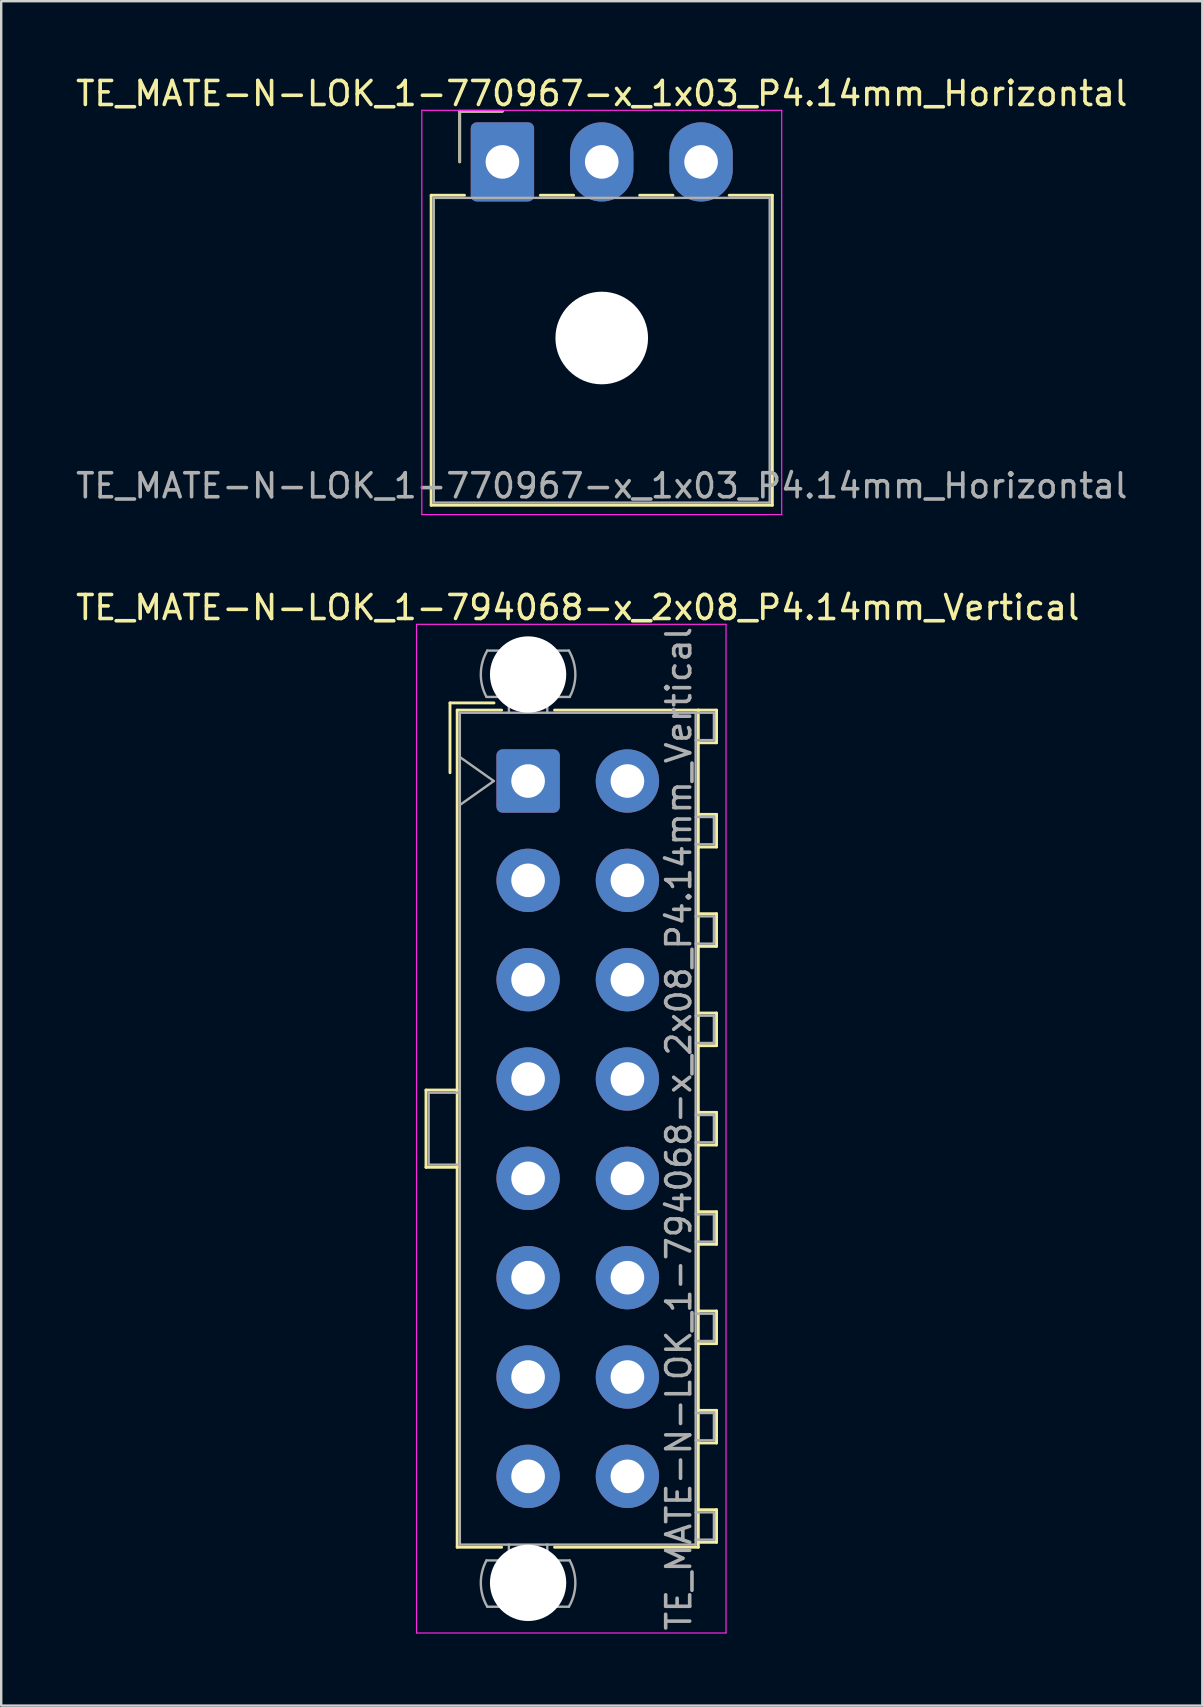
<source format=kicad_pcb>
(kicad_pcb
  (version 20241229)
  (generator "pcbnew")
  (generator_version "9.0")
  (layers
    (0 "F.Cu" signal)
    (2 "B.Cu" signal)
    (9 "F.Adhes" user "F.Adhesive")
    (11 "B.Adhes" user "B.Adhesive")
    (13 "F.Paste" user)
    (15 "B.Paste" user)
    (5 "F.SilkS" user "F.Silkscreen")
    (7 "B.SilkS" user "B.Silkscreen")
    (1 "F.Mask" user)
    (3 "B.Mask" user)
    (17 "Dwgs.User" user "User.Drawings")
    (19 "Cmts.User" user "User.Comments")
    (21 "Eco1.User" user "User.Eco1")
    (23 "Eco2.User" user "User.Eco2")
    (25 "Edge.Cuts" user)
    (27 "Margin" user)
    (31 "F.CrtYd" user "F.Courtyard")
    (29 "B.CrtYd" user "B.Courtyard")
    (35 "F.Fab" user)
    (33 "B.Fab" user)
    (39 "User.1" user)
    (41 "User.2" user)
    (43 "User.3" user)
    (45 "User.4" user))
  (footprint "TE_MATE-N-LOK_1-794068-x_2x08_P4.14mm_Vertical"
    (layer "F.Cu")
    (at 18.96 29.502)
    (property "Reference" "TE_MATE-N-LOK_1-794068-x_2x08_P4.14mm_Vertical" (at 2.07 -7.23 0) (layer "F.SilkS") (effects (font (size 1 1) (thickness 0.15))))
    (attr through_hole)
    (fp_line (start -4.255 12.88) (end -4.255 16.1) (stroke (width 0.12) (type solid)) (layer "F.SilkS"))
    (fp_line (start -4.255 16.1) (end -2.955 16.1) (stroke (width 0.12) (type solid)) (layer "F.SilkS"))
    (fp_line (start -3.255 -3.255) (end -3.255 -0.345) (stroke (width 0.12) (type solid)) (layer "F.SilkS"))
    (fp_line (start -2.955 -2.955) (end -2.955 31.935) (stroke (width 0.12) (type solid)) (layer "F.SilkS"))
    (fp_line (start -2.955 12.88) (end -4.255 12.88) (stroke (width 0.12) (type solid)) (layer "F.SilkS"))
    (fp_line (start -2.955 31.935) (end -1.103 31.935) (stroke (width 0.12) (type solid)) (layer "F.SilkS"))
    (fp_line (start -1.421 -3.255) (end -3.255 -3.255) (stroke (width 0.12) (type solid)) (layer "F.SilkS"))
    (fp_line (start -1.103 -2.955) (end -2.955 -2.955) (stroke (width 0.12) (type solid)) (layer "F.SilkS"))
    (fp_line (start 1.103 -2.955) (end 7.095 -2.955) (stroke (width 0.12) (type solid)) (layer "F.SilkS"))
    (fp_line (start 7.095 -2.955) (end 7.095 31.935) (stroke (width 0.12) (type solid)) (layer "F.SilkS"))
    (fp_line (start 7.095 -2.955) (end 7.855 -2.955) (stroke (width 0.12) (type solid)) (layer "F.SilkS"))
    (fp_line (start 7.095 1.39) (end 7.855 1.39) (stroke (width 0.12) (type solid)) (layer "F.SilkS"))
    (fp_line (start 7.095 5.53) (end 7.855 5.53) (stroke (width 0.12) (type solid)) (layer "F.SilkS"))
    (fp_line (start 7.095 9.67) (end 7.855 9.67) (stroke (width 0.12) (type solid)) (layer "F.SilkS"))
    (fp_line (start 7.095 13.81) (end 7.855 13.81) (stroke (width 0.12) (type solid)) (layer "F.SilkS"))
    (fp_line (start 7.095 17.95) (end 7.855 17.95) (stroke (width 0.12) (type solid)) (layer "F.SilkS"))
    (fp_line (start 7.095 22.09) (end 7.855 22.09) (stroke (width 0.12) (type solid)) (layer "F.SilkS"))
    (fp_line (start 7.095 26.23) (end 7.855 26.23) (stroke (width 0.12) (type solid)) (layer "F.SilkS"))
    (fp_line (start 7.095 30.37) (end 7.855 30.37) (stroke (width 0.12) (type solid)) (layer "F.SilkS"))
    (fp_line (start 7.095 31.935) (end 1.103 31.935) (stroke (width 0.12) (type solid)) (layer "F.SilkS"))
    (fp_line (start 7.855 -2.955) (end 7.855 -1.595) (stroke (width 0.12) (type solid)) (layer "F.SilkS"))
    (fp_line (start 7.855 -1.595) (end 7.095 -1.595) (stroke (width 0.12) (type solid)) (layer "F.SilkS"))
    (fp_line (start 7.855 1.39) (end 7.855 2.75) (stroke (width 0.12) (type solid)) (layer "F.SilkS"))
    (fp_line (start 7.855 2.75) (end 7.095 2.75) (stroke (width 0.12) (type solid)) (layer "F.SilkS"))
    (fp_line (start 7.855 5.53) (end 7.855 6.89) (stroke (width 0.12) (type solid)) (layer "F.SilkS"))
    (fp_line (start 7.855 6.89) (end 7.095 6.89) (stroke (width 0.12) (type solid)) (layer "F.SilkS"))
    (fp_line (start 7.855 9.67) (end 7.855 11.03) (stroke (width 0.12) (type solid)) (layer "F.SilkS"))
    (fp_line (start 7.855 11.03) (end 7.095 11.03) (stroke (width 0.12) (type solid)) (layer "F.SilkS"))
    (fp_line (start 7.855 13.81) (end 7.855 15.17) (stroke (width 0.12) (type solid)) (layer "F.SilkS"))
    (fp_line (start 7.855 15.17) (end 7.095 15.17) (stroke (width 0.12) (type solid)) (layer "F.SilkS"))
    (fp_line (start 7.855 17.95) (end 7.855 19.31) (stroke (width 0.12) (type solid)) (layer "F.SilkS"))
    (fp_line (start 7.855 19.31) (end 7.095 19.31) (stroke (width 0.12) (type solid)) (layer "F.SilkS"))
    (fp_line (start 7.855 22.09) (end 7.855 23.45) (stroke (width 0.12) (type solid)) (layer "F.SilkS"))
    (fp_line (start 7.855 23.45) (end 7.095 23.45) (stroke (width 0.12) (type solid)) (layer "F.SilkS"))
    (fp_line (start 7.855 26.23) (end 7.855 27.59) (stroke (width 0.12) (type solid)) (layer "F.SilkS"))
    (fp_line (start 7.855 27.59) (end 7.095 27.59) (stroke (width 0.12) (type solid)) (layer "F.SilkS"))
    (fp_line (start 7.855 30.37) (end 7.855 31.73) (stroke (width 0.12) (type solid)) (layer "F.SilkS"))
    (fp_line (start 7.855 31.73) (end 7.095 31.73) (stroke (width 0.12) (type solid)) (layer "F.SilkS"))
    (fp_line (start -4.65 -6.53) (end -4.65 35.51) (stroke (width 0.05) (type solid)) (layer "F.CrtYd"))
    (fp_line (start -4.65 35.51) (end 8.25 35.51) (stroke (width 0.05) (type solid)) (layer "F.CrtYd"))
    (fp_line (start 8.25 -6.53) (end -4.65 -6.53) (stroke (width 0.05) (type solid)) (layer "F.CrtYd"))
    (fp_line (start 8.25 35.51) (end 8.25 -6.53) (stroke (width 0.05) (type solid)) (layer "F.CrtYd"))
    (fp_line (start -4.145 12.99) (end -4.145 15.99) (stroke (width 0.1) (type solid)) (layer "F.Fab"))
    (fp_line (start -4.145 15.99) (end -2.845 15.99) (stroke (width 0.1) (type solid)) (layer "F.Fab"))
    (fp_line (start -2.845 -2.845) (end -2.845 31.825) (stroke (width 0.1) (type solid)) (layer "F.Fab"))
    (fp_line (start -2.845 -1) (end -1.431 0) (stroke (width 0.1) (type solid)) (layer "F.Fab"))
    (fp_line (start -2.845 12.99) (end -4.145 12.99) (stroke (width 0.1) (type solid)) (layer "F.Fab"))
    (fp_line (start -2.845 31.825) (end 6.985 31.825) (stroke (width 0.1) (type solid)) (layer "F.Fab"))
    (fp_line (start -1.431 0) (end -2.845 1) (stroke (width 0.1) (type solid)) (layer "F.Fab"))
    (fp_line (start -0.8 -2.845) (end -0.8 -3.505) (stroke (width 0.1) (type solid)) (layer "F.Fab"))
    (fp_line (start -0.8 31.825) (end -0.8 32.485) (stroke (width 0.1) (type solid)) (layer "F.Fab"))
    (fp_line (start 0.8 -2.845) (end 0.8 -3.505) (stroke (width 0.1) (type solid)) (layer "F.Fab"))
    (fp_line (start 0.8 31.825) (end 0.8 32.485) (stroke (width 0.1) (type solid)) (layer "F.Fab"))
    (fp_line (start 1.7 -5.436) (end -1.7 -5.436) (stroke (width 0.1) (type solid)) (layer "F.Fab"))
    (fp_line (start 1.7 34.416) (end -1.7 34.416) (stroke (width 0.1) (type solid)) (layer "F.Fab"))
    (fp_line (start 1.734 -3.505) (end -1.734 -3.505) (stroke (width 0.1) (type solid)) (layer "F.Fab"))
    (fp_line (start 1.734 32.485) (end -1.734 32.485) (stroke (width 0.1) (type solid)) (layer "F.Fab"))
    (fp_line (start 6.985 -2.845) (end -2.845 -2.845) (stroke (width 0.1) (type solid)) (layer "F.Fab"))
    (fp_line (start 6.985 -2.845) (end 7.745 -2.845) (stroke (width 0.1) (type solid)) (layer "F.Fab"))
    (fp_line (start 6.985 1.5) (end 7.745 1.5) (stroke (width 0.1) (type solid)) (layer "F.Fab"))
    (fp_line (start 6.985 5.64) (end 7.745 5.64) (stroke (width 0.1) (type solid)) (layer "F.Fab"))
    (fp_line (start 6.985 9.78) (end 7.745 9.78) (stroke (width 0.1) (type solid)) (layer "F.Fab"))
    (fp_line (start 6.985 13.92) (end 7.745 13.92) (stroke (width 0.1) (type solid)) (layer "F.Fab"))
    (fp_line (start 6.985 18.06) (end 7.745 18.06) (stroke (width 0.1) (type solid)) (layer "F.Fab"))
    (fp_line (start 6.985 22.2) (end 7.745 22.2) (stroke (width 0.1) (type solid)) (layer "F.Fab"))
    (fp_line (start 6.985 26.34) (end 7.745 26.34) (stroke (width 0.1) (type solid)) (layer "F.Fab"))
    (fp_line (start 6.985 30.48) (end 7.745 30.48) (stroke (width 0.1) (type solid)) (layer "F.Fab"))
    (fp_line (start 6.985 31.825) (end 6.985 -2.845) (stroke (width 0.1) (type solid)) (layer "F.Fab"))
    (fp_line (start 7.745 -2.845) (end 7.745 -1.705) (stroke (width 0.1) (type solid)) (layer "F.Fab"))
    (fp_line (start 7.745 -1.705) (end 6.985 -1.705) (stroke (width 0.1) (type solid)) (layer "F.Fab"))
    (fp_line (start 7.745 1.5) (end 7.745 2.64) (stroke (width 0.1) (type solid)) (layer "F.Fab"))
    (fp_line (start 7.745 2.64) (end 6.985 2.64) (stroke (width 0.1) (type solid)) (layer "F.Fab"))
    (fp_line (start 7.745 5.64) (end 7.745 6.78) (stroke (width 0.1) (type solid)) (layer "F.Fab"))
    (fp_line (start 7.745 6.78) (end 6.985 6.78) (stroke (width 0.1) (type solid)) (layer "F.Fab"))
    (fp_line (start 7.745 9.78) (end 7.745 10.92) (stroke (width 0.1) (type solid)) (layer "F.Fab"))
    (fp_line (start 7.745 10.92) (end 6.985 10.92) (stroke (width 0.1) (type solid)) (layer "F.Fab"))
    (fp_line (start 7.745 13.92) (end 7.745 15.06) (stroke (width 0.1) (type solid)) (layer "F.Fab"))
    (fp_line (start 7.745 15.06) (end 6.985 15.06) (stroke (width 0.1) (type solid)) (layer "F.Fab"))
    (fp_line (start 7.745 18.06) (end 7.745 19.2) (stroke (width 0.1) (type solid)) (layer "F.Fab"))
    (fp_line (start 7.745 19.2) (end 6.985 19.2) (stroke (width 0.1) (type solid)) (layer "F.Fab"))
    (fp_line (start 7.745 22.2) (end 7.745 23.34) (stroke (width 0.1) (type solid)) (layer "F.Fab"))
    (fp_line (start 7.745 23.34) (end 6.985 23.34) (stroke (width 0.1) (type solid)) (layer "F.Fab"))
    (fp_line (start 7.745 26.34) (end 7.745 27.48) (stroke (width 0.1) (type solid)) (layer "F.Fab"))
    (fp_line (start 7.745 27.48) (end 6.985 27.48) (stroke (width 0.1) (type solid)) (layer "F.Fab"))
    (fp_line (start 7.745 30.48) (end 7.745 31.62) (stroke (width 0.1) (type solid)) (layer "F.Fab"))
    (fp_line (start 7.745 31.62) (end 6.985 31.62) (stroke (width 0.1) (type solid)) (layer "F.Fab"))
    (fp_arc (start -1.733977 -3.505) (mid -1.969689 -4.474992) (end -1.699672 -5.436) (stroke (width 0.1) (type solid)) (layer "F.Fab"))
    (fp_arc (start -1.699672 34.416) (mid -1.969689 33.454992) (end -1.733977 32.485) (stroke (width 0.1) (type solid)) (layer "F.Fab"))
    (fp_arc (start 1.699672 -5.436) (mid 1.969689 -4.474992) (end 1.733977 -3.505) (stroke (width 0.1) (type solid)) (layer "F.Fab"))
    (fp_arc (start 1.733977 32.485) (mid 1.969689 33.454992) (end 1.699672 34.416) (stroke (width 0.1) (type solid)) (layer "F.Fab"))
    (fp_text user "${REFERENCE}" (at 6.28 14.49 90) (layer "F.Fab") (effects (font (size 1 1) (thickness 0.15))))
    (pad "" np_thru_hole circle (at 0 -4.44) (size 3.18 3.18) (drill 3.18) (layers "*.Cu" "*.Mask"))
    (pad "" np_thru_hole circle (at 0 33.42) (size 3.18 3.18) (drill 3.18) (layers "*.Cu" "*.Mask"))
    (pad "1" thru_hole roundrect (at 0 0) (size 2.64 2.64) (drill 1.4) (layers "*.Cu" "*.Mask") (roundrect_rratio 0.095))
    (pad "2" thru_hole circle (at 0 4.14) (size 2.64 2.64) (drill 1.4) (layers "*.Cu" "*.Mask"))
    (pad "3" thru_hole circle (at 0 8.28) (size 2.64 2.64) (drill 1.4) (layers "*.Cu" "*.Mask"))
    (pad "4" thru_hole circle (at 0 12.42) (size 2.64 2.64) (drill 1.4) (layers "*.Cu" "*.Mask"))
    (pad "5" thru_hole circle (at 0 16.56) (size 2.64 2.64) (drill 1.4) (layers "*.Cu" "*.Mask"))
    (pad "6" thru_hole circle (at 0 20.7) (size 2.64 2.64) (drill 1.4) (layers "*.Cu" "*.Mask"))
    (pad "7" thru_hole circle (at 0 24.84) (size 2.64 2.64) (drill 1.4) (layers "*.Cu" "*.Mask"))
    (pad "8" thru_hole circle (at 0 28.98) (size 2.64 2.64) (drill 1.4) (layers "*.Cu" "*.Mask"))
    (pad "9" thru_hole circle (at 4.14 0) (size 2.64 2.64) (drill 1.4) (layers "*.Cu" "*.Mask"))
    (pad "10" thru_hole circle (at 4.14 4.14) (size 2.64 2.64) (drill 1.4) (layers "*.Cu" "*.Mask"))
    (pad "11" thru_hole circle (at 4.14 8.28) (size 2.64 2.64) (drill 1.4) (layers "*.Cu" "*.Mask"))
    (pad "12" thru_hole circle (at 4.14 12.42) (size 2.64 2.64) (drill 1.4) (layers "*.Cu" "*.Mask"))
    (pad "13" thru_hole circle (at 4.14 16.56) (size 2.64 2.64) (drill 1.4) (layers "*.Cu" "*.Mask"))
    (pad "14" thru_hole circle (at 4.14 20.7) (size 2.64 2.64) (drill 1.4) (layers "*.Cu" "*.Mask"))
    (pad "15" thru_hole circle (at 4.14 24.84) (size 2.64 2.64) (drill 1.4) (layers "*.Cu" "*.Mask"))
    (pad "16" thru_hole circle (at 4.14 28.98) (size 2.64 2.64) (drill 1.4) (layers "*.Cu" "*.Mask")))
  (footprint "TE_MATE-N-LOK_1-770967-x_1x03_P4.14mm_Horizontal"
    (layer "F.Cu")
    (at 17.89 3.698)
    (property "Reference" "TE_MATE-N-LOK_1-770967-x_1x03_P4.14mm_Horizontal" (at 4.14 -2.85 0) (layer "F.SilkS") (effects (font (size 1 1) (thickness 0.15))))
    (attr through_hole)
    (fp_line (start -2.97 1.39) (end -2.97 14.31) (stroke (width 0.12) (type solid)) (layer "F.SilkS"))
    (fp_line (start -2.97 14.31) (end 11.25 14.31) (stroke (width 0.12) (type solid)) (layer "F.SilkS"))
    (fp_line (start -1.78 -2.11) (end -1.78 0) (stroke (width 0.12) (type solid)) (layer "F.SilkS"))
    (fp_line (start -1.58 1.39) (end -2.97 1.39) (stroke (width 0.12) (type solid)) (layer "F.SilkS"))
    (fp_line (start 0 -2.11) (end -1.78 -2.11) (stroke (width 0.12) (type solid)) (layer "F.SilkS"))
    (fp_line (start 1.58 1.39) (end 2.968 1.39) (stroke (width 0.12) (type solid)) (layer "F.SilkS"))
    (fp_line (start 5.72 1.39) (end 7.108 1.39) (stroke (width 0.12) (type solid)) (layer "F.SilkS"))
    (fp_line (start 11.25 1.39) (end 9.452 1.39) (stroke (width 0.12) (type solid)) (layer "F.SilkS"))
    (fp_line (start 11.25 14.31) (end 11.25 1.39) (stroke (width 0.12) (type solid)) (layer "F.SilkS"))
    (fp_line (start -3.36 -2.15) (end -3.36 14.7) (stroke (width 0.05) (type solid)) (layer "F.CrtYd"))
    (fp_line (start -3.36 14.7) (end 11.64 14.7) (stroke (width 0.05) (type solid)) (layer "F.CrtYd"))
    (fp_line (start 11.64 -2.15) (end -3.36 -2.15) (stroke (width 0.05) (type solid)) (layer "F.CrtYd"))
    (fp_line (start 11.64 14.7) (end 11.64 -2.15) (stroke (width 0.05) (type solid)) (layer "F.CrtYd"))
    (fp_line (start -2.86 1.5) (end -2.86 14.2) (stroke (width 0.1) (type solid)) (layer "F.Fab"))
    (fp_line (start -2.86 14.2) (end 11.14 14.2) (stroke (width 0.1) (type solid)) (layer "F.Fab"))
    (fp_line (start -1.78 -2.11) (end -1.78 0) (stroke (width 0.1) (type solid)) (layer "F.Fab"))
    (fp_line (start 0 -2.11) (end -1.78 -2.11) (stroke (width 0.1) (type solid)) (layer "F.Fab"))
    (fp_line (start 11.14 1.5) (end -2.86 1.5) (stroke (width 0.1) (type solid)) (layer "F.Fab"))
    (fp_line (start 11.14 14.2) (end 11.14 1.5) (stroke (width 0.1) (type solid)) (layer "F.Fab"))
    (fp_text user "${REFERENCE}" (at 4.14 13.5 0) (layer "F.Fab") (effects (font (size 1 1) (thickness 0.15))))
    (pad "" np_thru_hole circle (at 4.14 7.34) (size 3.86 3.86) (drill 3.86) (layers "*.Cu" "*.Mask"))
    (pad "1" thru_hole roundrect (at 0 0) (size 2.64 3.3) (drill 1.4) (layers "*.Cu" "*.Mask") (roundrect_rratio 0.095))
    (pad "2" thru_hole oval (at 4.14 0) (size 2.64 3.3) (drill 1.4) (layers "*.Cu" "*.Mask"))
    (pad "3" thru_hole oval (at 8.28 0) (size 2.64 3.3) (drill 1.4) (layers "*.Cu" "*.Mask")))
  (gr_rect
    (start -3 -3)
    (end 47.06 68.037)
    (stroke (width 0.1) (type default))
    (fill no)
    (layer "Edge.Cuts")))
</source>
